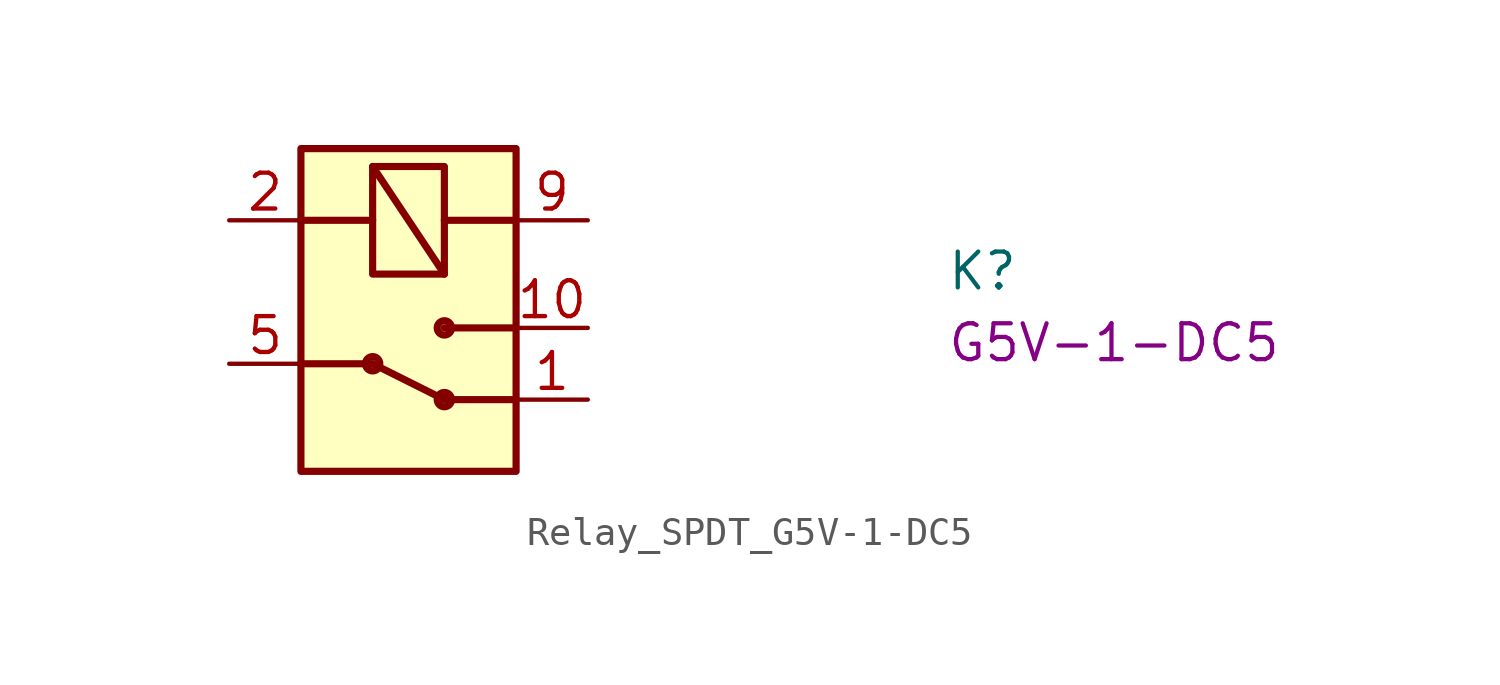
<source format=kicad_sym>
(kicad_symbol_lib
  (version 20220914)
  (generator kicad_symbol_editor)
  (symbol "Relay_SPDT_G5V-1-DC5"
    (pin_names hide)
    (property "Reference" "K"
      (at 25.4 -2.54 0)
      (effects (font (size 1.27 1.27) (thickness 0.15)) (justify left bottom)))
    (property "MPN" "G5V-1-DC5"
      (at 25.4 -5.08 0)
      (effects (font (size 1.27 1.27) (thickness 0.15)) (justify left bottom)))
    (symbol "Relay_SPDT_G5V-1-DC5_1_1"
      (polyline (pts (xy 2.54 -5.08) (xy 5.08 -5.08)) (stroke (width 0.254) (type default)) (fill (type background)))
      (polyline (pts (xy 2.54 0) (xy 5.08 0)) (stroke (width 0.254) (type default)) (fill (type background)))
      (polyline (pts (xy 5.08 -5.08) (xy 7.62 -6.35)) (stroke (width 0.254) (type default)) (fill (type background)))
      (polyline (pts (xy 5.08 1.905) (xy 7.62 -1.905)) (stroke (width 0.254) (type default)) (fill (type background)))
      (polyline (pts (xy 7.62 0) (xy 10.16 0)) (stroke (width 0.254) (type default)) (fill (type background)))
      (polyline (pts (xy 10.16 -6.35) (xy 7.62 -6.35)) (stroke (width 0.254) (type default)) (fill (type background)))
      (polyline (pts (xy 10.16 -3.81) (xy 7.62 -3.81)) (stroke (width 0.254) (type default)) (fill (type background)))
      (rectangle (start 2.54 2.54) (end 10.16 -8.89) (stroke (width 0.254) (type default)) (fill (type background)))
      (circle (center 5.08 -5.08) (radius 0.254) (stroke (width 0.254) (type default)) (fill (type background)))
      (circle (center 7.62 -6.35) (radius 0.254) (stroke (width 0.254) (type default)) (fill (type background)))
      (circle (center 7.62 -3.81) (radius 0.254) (stroke (width 0.254) (type default)) (fill (type background)))
      (rectangle (start 7.62 1.905) (end 5.08 -1.905) (stroke (width 0.254) (type default)) (fill (type background)))
      (pin passive line (at 12.7 -6.35 180) (length 2.54) (name "NC1" (effects (font (size 1.27 1.27)))) (number "1" (effects (font (size 1.27 1.27)))))
      (pin passive line (at 12.7 -3.81 180) (length 2.54) (name "NO1" (effects (font (size 1.27 1.27)))) (number "10" (effects (font (size 1.27 1.27)))))
      (pin passive line (at 0 0 0) (length 2.54) (name "~" (effects (font (size 1.27 1.27)))) (number "2" (effects (font (size 1.27 1.27)))))
      (pin passive line (at 0 -5.08 0) (length 2.54) (name "COM1" (effects (font (size 1.27 1.27)))) (number "5" (effects (font (size 1.27 1.27)))))
      (pin passive line (at 0 -5.08 0) (length 2.54) hide (name "COM1" (effects (font (size 1.27 1.27)))) (number "6" (effects (font (size 1.27 1.27)))))
      (pin passive line (at 12.7 0 180) (length 2.54) (name "~" (effects (font (size 1.27 1.27)))) (number "9" (effects (font (size 1.27 1.27))))))))
</source>
